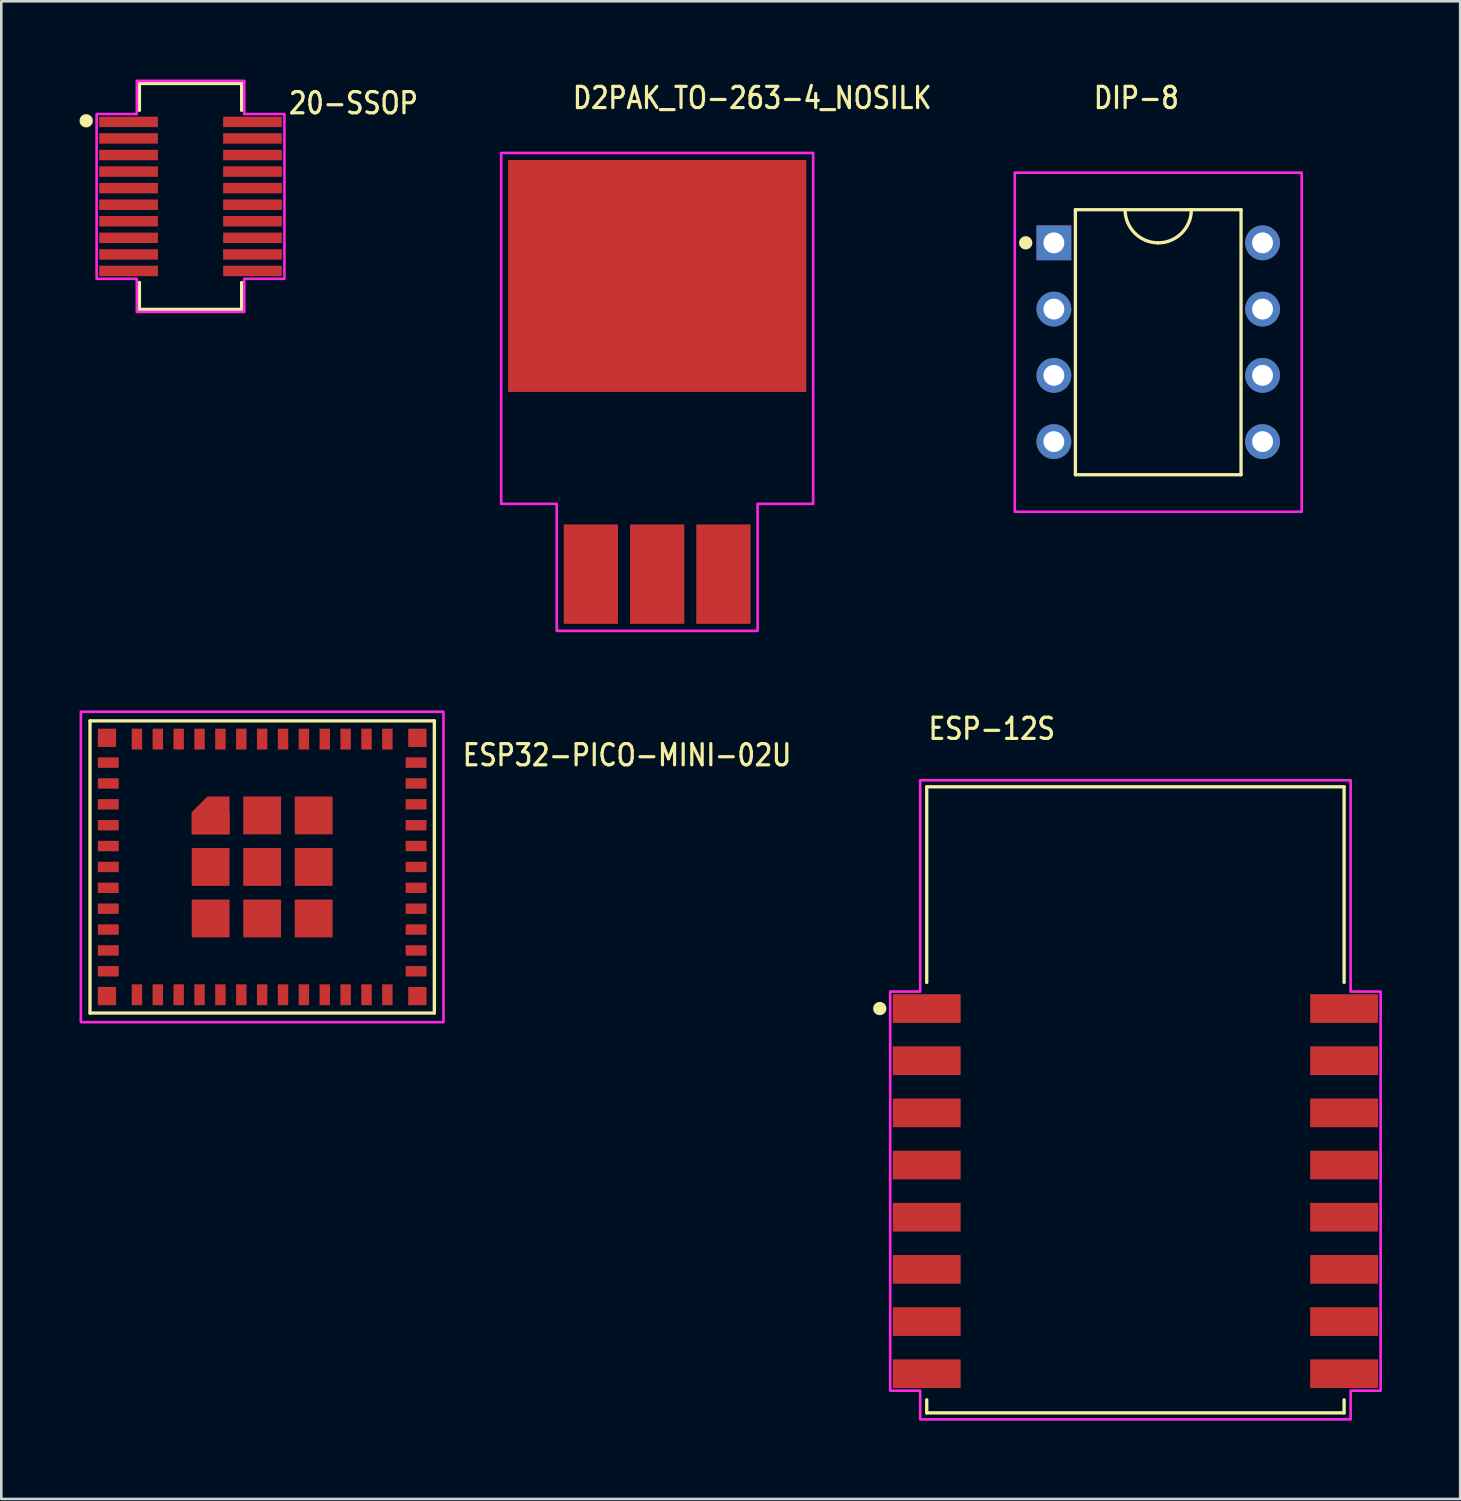
<source format=kicad_pcb>
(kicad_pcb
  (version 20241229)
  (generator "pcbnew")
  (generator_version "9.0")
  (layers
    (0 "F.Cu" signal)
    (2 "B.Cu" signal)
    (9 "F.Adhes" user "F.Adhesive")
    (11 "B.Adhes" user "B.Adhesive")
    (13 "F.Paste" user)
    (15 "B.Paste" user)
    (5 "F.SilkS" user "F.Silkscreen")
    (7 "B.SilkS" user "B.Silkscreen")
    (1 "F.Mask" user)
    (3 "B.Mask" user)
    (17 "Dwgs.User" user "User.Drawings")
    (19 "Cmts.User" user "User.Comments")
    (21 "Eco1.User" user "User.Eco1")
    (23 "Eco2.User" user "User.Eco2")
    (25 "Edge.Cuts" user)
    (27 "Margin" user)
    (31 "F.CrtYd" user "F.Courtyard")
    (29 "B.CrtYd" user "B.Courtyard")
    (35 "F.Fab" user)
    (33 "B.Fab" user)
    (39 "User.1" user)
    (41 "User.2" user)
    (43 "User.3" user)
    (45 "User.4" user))
  (footprint "ESP32-PICO-MINI-02U"
    (layer "F.Cu")
    (at 7 30.184)
    (property "Reference" "ESP32-PICO-MINI-02U" (at 7.62 -3.81 0) (unlocked yes) (layer "F.SilkS") (effects (font (size 0.813 0.695) (thickness 0.122)) (justify left bottom)))
    (fp_poly (pts (xy -2.7 -2.1) (xy -2.1 -2.7) (xy -1.25 -2.7) (xy -1.25 -1.25) (xy -2.7 -1.25)) (stroke (width 0) (type solid)) (fill yes) (layer "F.Cu"))
    (fp_poly (pts (xy -2.8 -2.2) (xy -1.15 -2.2) (xy -1.15 -2.8) (xy -2.2 -2.8)) (stroke (width 0) (type solid)) (fill yes) (layer "F.Mask"))
    (fp_line (start -6.6 -5.6) (end -6.6 5.6) (stroke (width 0.127) (type solid)) (layer "F.SilkS"))
    (fp_line (start -6.6 -5.6) (end 6.6 -5.6) (stroke (width 0.127) (type solid)) (layer "F.SilkS"))
    (fp_line (start -6.6 5.6) (end 6.6 5.6) (stroke (width 0.127) (type solid)) (layer "F.SilkS"))
    (fp_line (start 6.6 5.6) (end 6.6 -5.6) (stroke (width 0.127) (type solid)) (layer "F.SilkS"))
    (fp_poly (pts (xy -2.7 -2.1) (xy -1.25 -2.1) (xy -1.25 -2.7) (xy -2.1 -2.7)) (stroke (width 0) (type solid)) (fill yes) (layer "F.Paste"))
    (fp_poly (pts (xy -6.95 -5.95) (xy -6.95 5.95) (xy 6.95 5.95) (xy 6.95 -5.95)) (stroke (width 0.1) (type solid)) (fill no) (layer "F.CrtYd"))
    (pad "1" smd rect (at -5.9 -4) (size 0.8 0.4) (layers "F.Cu" "F.Mask" "F.Paste"))
    (pad "2" smd rect (at -5.9 -3.2) (size 0.8 0.4) (layers "F.Cu" "F.Mask" "F.Paste"))
    (pad "3" smd rect (at -5.9 -2.4) (size 0.8 0.4) (layers "F.Cu" "F.Mask" "F.Paste"))
    (pad "4" smd rect (at -5.9 -1.6) (size 0.8 0.4) (layers "F.Cu" "F.Mask" "F.Paste"))
    (pad "5" smd rect (at -5.9 -0.8) (size 0.8 0.4) (layers "F.Cu" "F.Mask" "F.Paste"))
    (pad "6" smd rect (at -5.9 0) (size 0.8 0.4) (layers "F.Cu" "F.Mask" "F.Paste"))
    (pad "7" smd rect (at -5.9 0.8) (size 0.8 0.4) (layers "F.Cu" "F.Mask" "F.Paste"))
    (pad "8" smd rect (at -5.9 1.6) (size 0.8 0.4) (layers "F.Cu" "F.Mask" "F.Paste"))
    (pad "9" smd rect (at -5.9 2.4) (size 0.8 0.4) (layers "F.Cu" "F.Mask" "F.Paste"))
    (pad "10" smd rect (at -5.9 3.2) (size 0.8 0.4) (layers "F.Cu" "F.Mask" "F.Paste"))
    (pad "11" smd rect (at -5.9 4) (size 0.8 0.4) (layers "F.Cu" "F.Mask" "F.Paste"))
    (pad "12" smd rect (at -4.8 4.9) (size 0.4 0.8) (layers "F.Cu" "F.Mask" "F.Paste"))
    (pad "13" smd rect (at -4 4.9) (size 0.4 0.8) (layers "F.Cu" "F.Mask" "F.Paste"))
    (pad "14" smd rect (at -3.2 4.9) (size 0.4 0.8) (layers "F.Cu" "F.Mask" "F.Paste"))
    (pad "15" smd rect (at -2.4 4.9) (size 0.4 0.8) (layers "F.Cu" "F.Mask" "F.Paste"))
    (pad "16" smd rect (at -1.6 4.9) (size 0.4 0.8) (layers "F.Cu" "F.Mask" "F.Paste"))
    (pad "17" smd rect (at -0.8 4.9) (size 0.4 0.8) (layers "F.Cu" "F.Mask" "F.Paste"))
    (pad "18" smd rect (at 0 4.9) (size 0.4 0.8) (layers "F.Cu" "F.Mask" "F.Paste"))
    (pad "19" smd rect (at 0.8 4.9) (size 0.4 0.8) (layers "F.Cu" "F.Mask" "F.Paste"))
    (pad "20" smd rect (at 1.6 4.9) (size 0.4 0.8) (layers "F.Cu" "F.Mask" "F.Paste"))
    (pad "21" smd rect (at 2.4 4.9) (size 0.4 0.8) (layers "F.Cu" "F.Mask" "F.Paste"))
    (pad "22" smd rect (at 3.2 4.9) (size 0.4 0.8) (layers "F.Cu" "F.Mask" "F.Paste"))
    (pad "23" smd rect (at 4 4.9) (size 0.4 0.8) (layers "F.Cu" "F.Mask" "F.Paste"))
    (pad "24" smd rect (at 4.8 4.9) (size 0.4 0.8) (layers "F.Cu" "F.Mask" "F.Paste"))
    (pad "25" smd rect (at 5.9 4) (size 0.8 0.4) (layers "F.Cu" "F.Mask" "F.Paste"))
    (pad "26" smd rect (at 5.9 3.2) (size 0.8 0.4) (layers "F.Cu" "F.Mask" "F.Paste"))
    (pad "27" smd rect (at 5.9 2.4) (size 0.8 0.4) (layers "F.Cu" "F.Mask" "F.Paste"))
    (pad "28" smd rect (at 5.9 1.6) (size 0.8 0.4) (layers "F.Cu" "F.Mask" "F.Paste"))
    (pad "29" smd rect (at 5.9 0.8) (size 0.8 0.4) (layers "F.Cu" "F.Mask" "F.Paste"))
    (pad "30" smd rect (at 5.9 0) (size 0.8 0.4) (layers "F.Cu" "F.Mask" "F.Paste"))
    (pad "31" smd rect (at 5.9 -0.8) (size 0.8 0.4) (layers "F.Cu" "F.Mask" "F.Paste"))
    (pad "32" smd rect (at 5.9 -1.6) (size 0.8 0.4) (layers "F.Cu" "F.Mask" "F.Paste"))
    (pad "33" smd rect (at 5.9 -2.4) (size 0.8 0.4) (layers "F.Cu" "F.Mask" "F.Paste"))
    (pad "34" smd rect (at 5.9 -3.2) (size 0.8 0.4) (layers "F.Cu" "F.Mask" "F.Paste"))
    (pad "35" smd rect (at 5.9 -4) (size 0.8 0.4) (layers "F.Cu" "F.Mask" "F.Paste"))
    (pad "36" smd rect (at 4.8 -4.9) (size 0.4 0.8) (layers "F.Cu" "F.Mask" "F.Paste"))
    (pad "37" smd rect (at 4 -4.9) (size 0.4 0.8) (layers "F.Cu" "F.Mask" "F.Paste"))
    (pad "38" smd rect (at 3.2 -4.9) (size 0.4 0.8) (layers "F.Cu" "F.Mask" "F.Paste"))
    (pad "39" smd rect (at 2.4 -4.9) (size 0.4 0.8) (layers "F.Cu" "F.Mask" "F.Paste"))
    (pad "40" smd rect (at 1.6 -4.9) (size 0.4 0.8) (layers "F.Cu" "F.Mask" "F.Paste"))
    (pad "41" smd rect (at 0.8 -4.9) (size 0.4 0.8) (layers "F.Cu" "F.Mask" "F.Paste"))
    (pad "42" smd rect (at 0 -4.9) (size 0.4 0.8) (layers "F.Cu" "F.Mask" "F.Paste"))
    (pad "43" smd rect (at -0.8 -4.9) (size 0.4 0.8) (layers "F.Cu" "F.Mask" "F.Paste"))
    (pad "44" smd rect (at -1.6 -4.9) (size 0.4 0.8) (layers "F.Cu" "F.Mask" "F.Paste"))
    (pad "45" smd rect (at -2.4 -4.9) (size 0.4 0.8) (layers "F.Cu" "F.Mask" "F.Paste"))
    (pad "46" smd rect (at -3.2 -4.9) (size 0.4 0.8) (layers "F.Cu" "F.Mask" "F.Paste"))
    (pad "47" smd rect (at -4 -4.9) (size 0.4 0.8) (layers "F.Cu" "F.Mask" "F.Paste"))
    (pad "48" smd rect (at -4.8 -4.9) (size 0.4 0.8) (layers "F.Cu" "F.Mask" "F.Paste"))
    (pad "50" smd rect (at 5.95 -4.95) (size 0.7 0.7) (layers "F.Cu" "F.Mask" "F.Paste"))
    (pad "51" smd rect (at 5.95 4.95) (size 0.7 0.7) (layers "F.Cu" "F.Mask" "F.Paste"))
    (pad "52" smd rect (at -5.95 4.95) (size 0.7 0.7) (layers "F.Cu" "F.Mask" "F.Paste"))
    (pad "53" smd rect (at -5.95 -4.95) (size 0.7 0.7) (layers "F.Cu" "F.Mask" "F.Paste"))
    (pad "P_49_1" smd rect (at -1.975 -1.675) (size 1.45 0.85) (layers "F.Cu" "F.Mask" "F.Paste"))
    (pad "P_49_2" smd rect (at 0 -1.975) (size 1.45 1.45) (layers "F.Cu" "F.Mask" "F.Paste"))
    (pad "P_49_3" smd rect (at 1.975 -1.975) (size 1.45 1.45) (layers "F.Cu" "F.Mask" "F.Paste"))
    (pad "P_49_4" smd rect (at -1.975 0) (size 1.45 1.45) (layers "F.Cu" "F.Mask" "F.Paste"))
    (pad "P_49_5" smd rect (at 0 0) (size 1.45 1.45) (layers "F.Cu" "F.Mask" "F.Paste"))
    (pad "P_49_6" smd rect (at 1.975 0) (size 1.45 1.45) (layers "F.Cu" "F.Mask" "F.Paste"))
    (pad "P_49_7" smd rect (at -1.975 1.975) (size 1.45 1.45) (layers "F.Cu" "F.Mask" "F.Paste"))
    (pad "P_49_8" smd rect (at 0 1.975) (size 1.45 1.45) (layers "F.Cu" "F.Mask" "F.Paste"))
    (pad "P_49_9" smd rect (at 1.975 1.975) (size 1.45 1.45) (layers "F.Cu" "F.Mask" "F.Paste")))
  (footprint "20-SSOP"
    (layer "F.Cu")
    (at 4.254 4.48)
    (property "Reference" "20-SSOP" (at 3.7 -3.1 0) (unlocked yes) (layer "F.SilkS") (effects (font (size 0.813 0.695) (thickness 0.122)) (justify left bottom)))
    (fp_line (start -1.96 -4.33) (end 1.96 -4.33) (stroke (width 0.127) (type solid)) (layer "F.SilkS"))
    (fp_line (start -1.96 -3.3) (end -1.96 -4.33) (stroke (width 0.127) (type solid)) (layer "F.SilkS"))
    (fp_line (start -1.96 3.3) (end -1.96 4.33) (stroke (width 0.127) (type solid)) (layer "F.SilkS"))
    (fp_line (start -1.96 4.33) (end 1.96 4.33) (stroke (width 0.127) (type solid)) (layer "F.SilkS"))
    (fp_line (start 1.96 -4.33) (end 1.96 -3.3) (stroke (width 0.127) (type solid)) (layer "F.SilkS"))
    (fp_line (start 1.96 4.33) (end 1.96 3.3) (stroke (width 0.127) (type solid)) (layer "F.SilkS"))
    (fp_circle (center -4 -2.9) (end -3.746 -2.9) (stroke (width 0) (type solid)) (fill yes) (layer "F.SilkS"))
    (fp_poly (pts (xy -3.6 -3.158) (xy -2.06 -3.158) (xy -2.06 -4.43) (xy 2.06 -4.43) (xy 2.06 -3.158) (xy 3.6 -3.158) (xy 3.6 3.158) (xy 2.06 3.158) (xy 2.06 4.43) (xy -2.06 4.43) (xy -2.06 3.158) (xy -3.6 3.158)) (stroke (width 0.1) (type solid)) (fill no) (layer "F.CrtYd"))
    (pad "1" smd rect (at -2.375 -2.857) (size 2.25 0.4) (layers "F.Cu" "F.Mask" "F.Paste"))
    (pad "2" smd rect (at -2.375 -2.223) (size 2.25 0.4) (layers "F.Cu" "F.Mask" "F.Paste"))
    (pad "3" smd rect (at -2.375 -1.587) (size 2.25 0.4) (layers "F.Cu" "F.Mask" "F.Paste"))
    (pad "4" smd rect (at -2.375 -0.953) (size 2.25 0.4) (layers "F.Cu" "F.Mask" "F.Paste"))
    (pad "5" smd rect (at -2.375 -0.318) (size 2.25 0.4) (layers "F.Cu" "F.Mask" "F.Paste"))
    (pad "6" smd rect (at -2.375 0.318) (size 2.25 0.4) (layers "F.Cu" "F.Mask" "F.Paste"))
    (pad "7" smd rect (at -2.375 0.953) (size 2.25 0.4) (layers "F.Cu" "F.Mask" "F.Paste"))
    (pad "8" smd rect (at -2.375 1.587) (size 2.25 0.4) (layers "F.Cu" "F.Mask" "F.Paste"))
    (pad "9" smd rect (at -2.375 2.223) (size 2.25 0.4) (layers "F.Cu" "F.Mask" "F.Paste"))
    (pad "10" smd rect (at -2.375 2.857) (size 2.25 0.4) (layers "F.Cu" "F.Mask" "F.Paste"))
    (pad "11" smd rect (at 2.375 2.857) (size 2.25 0.4) (layers "F.Cu" "F.Mask" "F.Paste"))
    (pad "12" smd rect (at 2.375 2.223) (size 2.25 0.4) (layers "F.Cu" "F.Mask" "F.Paste"))
    (pad "13" smd rect (at 2.375 1.587) (size 2.25 0.4) (layers "F.Cu" "F.Mask" "F.Paste"))
    (pad "14" smd rect (at 2.375 0.953) (size 2.25 0.4) (layers "F.Cu" "F.Mask" "F.Paste"))
    (pad "15" smd rect (at 2.375 0.318) (size 2.25 0.4) (layers "F.Cu" "F.Mask" "F.Paste"))
    (pad "16" smd rect (at 2.375 -0.318) (size 2.25 0.4) (layers "F.Cu" "F.Mask" "F.Paste"))
    (pad "17" smd rect (at 2.375 -0.953) (size 2.25 0.4) (layers "F.Cu" "F.Mask" "F.Paste"))
    (pad "18" smd rect (at 2.375 -1.587) (size 2.25 0.4) (layers "F.Cu" "F.Mask" "F.Paste"))
    (pad "19" smd rect (at 2.375 -2.223) (size 2.25 0.4) (layers "F.Cu" "F.Mask" "F.Paste"))
    (pad "20" smd rect (at 2.375 -2.857) (size 2.25 0.4) (layers "F.Cu" "F.Mask" "F.Paste")))
  (footprint "D2PAK_TO-263-4_NOSILK"
    (layer "F.Cu")
    (at 22.142 11.974)
    (property "Reference" "D2PAK_TO-263-4_NOSILK" (at -3.302 -10.795 0) (unlocked yes) (layer "F.SilkS") (effects (font (size 0.813 0.695) (thickness 0.122)) (justify left bottom)))
    (fp_poly (pts (xy -5.98 -9.16) (xy 5.98 -9.16) (xy 5.98 4.29) (xy 3.85 4.29) (xy 3.85 9.16) (xy -3.85 9.16) (xy -3.85 4.29) (xy -5.98 4.29)) (stroke (width 0.1) (type solid)) (fill no) (layer "F.CrtYd"))
    (pad "1" smd rect (at -2.54 6.985) (size 2.08 3.81) (layers "F.Cu" "F.Mask" "F.Paste"))
    (pad "2" smd rect (at 0 6.985) (size 2.08 3.81) (layers "F.Cu" "F.Mask" "F.Paste"))
    (pad "3" smd rect (at 2.54 6.985) (size 2.08 3.81) (layers "F.Cu" "F.Mask" "F.Paste"))
    (pad "4" smd rect (at 0 -4.445) (size 11.43 8.89) (layers "F.Cu" "F.Mask" "F.Paste")))
  (footprint "ESP-12S"
    (layer "F.Cu")
    (at 40.476 42.612)
    (property "Reference" "ESP-12S" (at -8 -17.25 0) (unlocked yes) (layer "F.SilkS") (effects (font (size 0.813 0.695) (thickness 0.122)) (justify left bottom)))
    (fp_line (start -8 -15.5) (end 8 -15.5) (stroke (width 0.127) (type solid)) (layer "F.SilkS"))
    (fp_line (start -8 -8) (end -8 -15.5) (stroke (width 0.127) (type solid)) (layer "F.SilkS"))
    (fp_line (start -8 8.5) (end -8 8) (stroke (width 0.127) (type solid)) (layer "F.SilkS"))
    (fp_line (start 8 -15.5) (end 8 -8) (stroke (width 0.127) (type solid)) (layer "F.SilkS"))
    (fp_line (start 8 8) (end 8 8.5) (stroke (width 0.127) (type solid)) (layer "F.SilkS"))
    (fp_line (start 8 8.5) (end -8 8.5) (stroke (width 0.127) (type solid)) (layer "F.SilkS"))
    (fp_circle (center -9.8 -7) (end -9.546 -7) (stroke (width 0) (type solid)) (fill yes) (layer "F.SilkS"))
    (fp_poly (pts (xy -8.25 -15.75) (xy 8.25 -15.75) (xy 8.25 -7.65) (xy 9.4 -7.65) (xy 9.4 7.65) (xy 8.25 7.65) (xy 8.25 8.75) (xy -8.25 8.75) (xy -8.25 7.65) (xy -9.4 7.65) (xy -9.4 -7.65) (xy -8.25 -7.65)) (stroke (width 0.1) (type solid)) (fill no) (layer "F.CrtYd"))
    (pad "1" smd rect (at -8 -7) (size 2.6 1.1) (layers "F.Cu" "F.Mask" "F.Paste"))
    (pad "2" smd rect (at -8 -5) (size 2.6 1.1) (layers "F.Cu" "F.Mask" "F.Paste"))
    (pad "3" smd rect (at -8 -3) (size 2.6 1.1) (layers "F.Cu" "F.Mask" "F.Paste"))
    (pad "4" smd rect (at -8 -1) (size 2.6 1.1) (layers "F.Cu" "F.Mask" "F.Paste"))
    (pad "5" smd rect (at -8 1) (size 2.6 1.1) (layers "F.Cu" "F.Mask" "F.Paste"))
    (pad "6" smd rect (at -8 3) (size 2.6 1.1) (layers "F.Cu" "F.Mask" "F.Paste"))
    (pad "7" smd rect (at -8 5) (size 2.6 1.1) (layers "F.Cu" "F.Mask" "F.Paste"))
    (pad "8" smd rect (at -8 7) (size 2.6 1.1) (layers "F.Cu" "F.Mask" "F.Paste"))
    (pad "9" smd rect (at 8 7) (size 2.6 1.1) (layers "F.Cu" "F.Mask" "F.Paste"))
    (pad "10" smd rect (at 8 5) (size 2.6 1.1) (layers "F.Cu" "F.Mask" "F.Paste"))
    (pad "11" smd rect (at 8 3) (size 2.6 1.1) (layers "F.Cu" "F.Mask" "F.Paste"))
    (pad "12" smd rect (at 8 1) (size 2.6 1.1) (layers "F.Cu" "F.Mask" "F.Paste"))
    (pad "13" smd rect (at 8 -1) (size 2.6 1.1) (layers "F.Cu" "F.Mask" "F.Paste"))
    (pad "14" smd rect (at 8 -3) (size 2.6 1.1) (layers "F.Cu" "F.Mask" "F.Paste"))
    (pad "15" smd rect (at 8 -5) (size 2.6 1.1) (layers "F.Cu" "F.Mask" "F.Paste"))
    (pad "16" smd rect (at 8 -7) (size 2.6 1.1) (layers "F.Cu" "F.Mask" "F.Paste")))
  (footprint "DIP-8"
    (layer "F.Cu")
    (at 41.35 10.069)
    (property "Reference" "DIP-8" (at -2.54 -8.89 0) (unlocked yes) (layer "F.SilkS") (effects (font (size 0.813 0.695) (thickness 0.122)) (justify left bottom)))
    (fp_line (start -3.175 -5.08) (end -3.175 5.08) (stroke (width 0.127) (type solid)) (layer "F.SilkS"))
    (fp_line (start -3.175 5.08) (end 3.175 5.08) (stroke (width 0.127) (type solid)) (layer "F.SilkS"))
    (fp_line (start -1.27 -5.08) (end -3.175 -5.08) (stroke (width 0.127) (type solid)) (layer "F.SilkS"))
    (fp_line (start 1.27 -5.08) (end -1.27 -5.08) (stroke (width 0.127) (type solid)) (layer "F.SilkS"))
    (fp_line (start 3.175 -5.08) (end 1.27 -5.08) (stroke (width 0.127) (type solid)) (layer "F.SilkS"))
    (fp_line (start 3.175 5.08) (end 3.175 -5.08) (stroke (width 0.127) (type solid)) (layer "F.SilkS"))
    (fp_arc (start 0 -3.81) (mid -0.898026 -4.181974) (end -1.27 -5.08) (stroke (width 0.127) (type solid)) (layer "F.SilkS"))
    (fp_arc (start 1.27 -5.08) (mid 0.898026 -4.181974) (end 0 -3.81) (stroke (width 0.127) (type solid)) (layer "F.SilkS"))
    (fp_circle (center -5.08 -3.81) (end -4.826 -3.81) (stroke (width 0) (type solid)) (fill yes) (layer "F.SilkS"))
    (fp_poly (pts (xy -5.5 -6.5) (xy 5.5 -6.5) (xy 5.5 6.5) (xy -5.5 6.5)) (stroke (width 0.1) (type solid)) (fill no) (layer "F.CrtYd"))
    (pad "1" thru_hole rect (at -4 -3.81) (size 1.333 1.333) (drill 0.8) (layers "*.Cu" "*.Mask"))
    (pad "2" thru_hole oval (at -4 -1.27) (size 1.333 1.333) (drill 0.8) (layers "*.Cu" "*.Mask"))
    (pad "3" thru_hole oval (at -4 1.27) (size 1.333 1.333) (drill 0.8) (layers "*.Cu" "*.Mask"))
    (pad "4" thru_hole oval (at -4 3.81) (size 1.333 1.333) (drill 0.8) (layers "*.Cu" "*.Mask"))
    (pad "5" thru_hole oval (at 4 3.81) (size 1.333 1.333) (drill 0.8) (layers "*.Cu" "*.Mask"))
    (pad "6" thru_hole oval (at 4 1.27) (size 1.333 1.333) (drill 0.8) (layers "*.Cu" "*.Mask"))
    (pad "7" thru_hole oval (at 4 -1.27) (size 1.333 1.333) (drill 0.8) (layers "*.Cu" "*.Mask"))
    (pad "8" thru_hole oval (at 4 -3.81) (size 1.333 1.333) (drill 0.8) (layers "*.Cu" "*.Mask")))
  (gr_rect
    (start -3 -3)
    (end 52.926 54.412)
    (stroke (width 0.1) (type default))
    (fill no)
    (layer "Edge.Cuts")))
</source>
